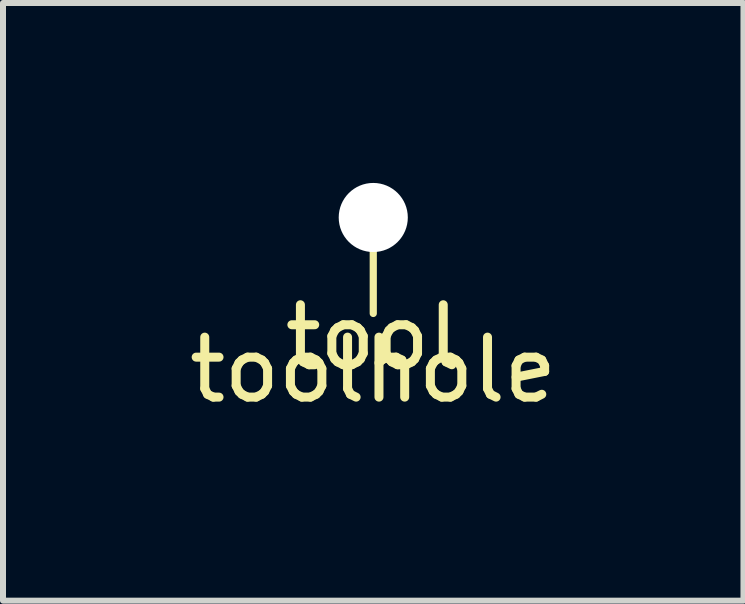
<source format=kicad_pcb>
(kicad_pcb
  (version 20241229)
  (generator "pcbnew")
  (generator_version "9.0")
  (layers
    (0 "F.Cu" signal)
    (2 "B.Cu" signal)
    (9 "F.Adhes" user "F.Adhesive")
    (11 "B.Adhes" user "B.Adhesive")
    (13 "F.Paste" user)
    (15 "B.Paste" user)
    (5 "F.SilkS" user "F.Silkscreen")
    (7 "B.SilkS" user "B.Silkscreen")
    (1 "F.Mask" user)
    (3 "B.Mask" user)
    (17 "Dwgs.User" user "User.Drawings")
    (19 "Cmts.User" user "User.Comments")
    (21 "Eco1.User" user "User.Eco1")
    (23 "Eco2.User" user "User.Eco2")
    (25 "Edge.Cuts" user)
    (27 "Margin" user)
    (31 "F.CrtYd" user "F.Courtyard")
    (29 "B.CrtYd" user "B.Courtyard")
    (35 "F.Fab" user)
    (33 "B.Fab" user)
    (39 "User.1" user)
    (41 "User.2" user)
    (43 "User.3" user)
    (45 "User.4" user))
  (footprint "toolhole"
    (layer "F.Cu")
    (at 3.173 0.576)
    (property "Reference" "toolhole" (at 0 2.54 0) (unlocked yes) (layer "F.SilkS") (effects (font (size 1 1) (thickness 0.15))))
    (attr through_hole)
    (fp_line (start 0 1.6) (end 0 0) (stroke (width 0.12) (type solid)) (layer "F.SilkS"))
    (fp_text user "tool" (at 0 2 0) (unlocked yes) (layer "F.SilkS") (effects (font (size 1 1) (thickness 0.15))))
    (pad "" np_thru_hole circle (at 0 0) (size 1.152 1.152) (drill 1.152) (layers "*.Cu" "*.Mask")))
  (gr_rect
    (start -3 -3)
    (end 9.345 6.964)
    (stroke (width 0.1) (type default))
    (fill no)
    (layer "Edge.Cuts")))
</source>
